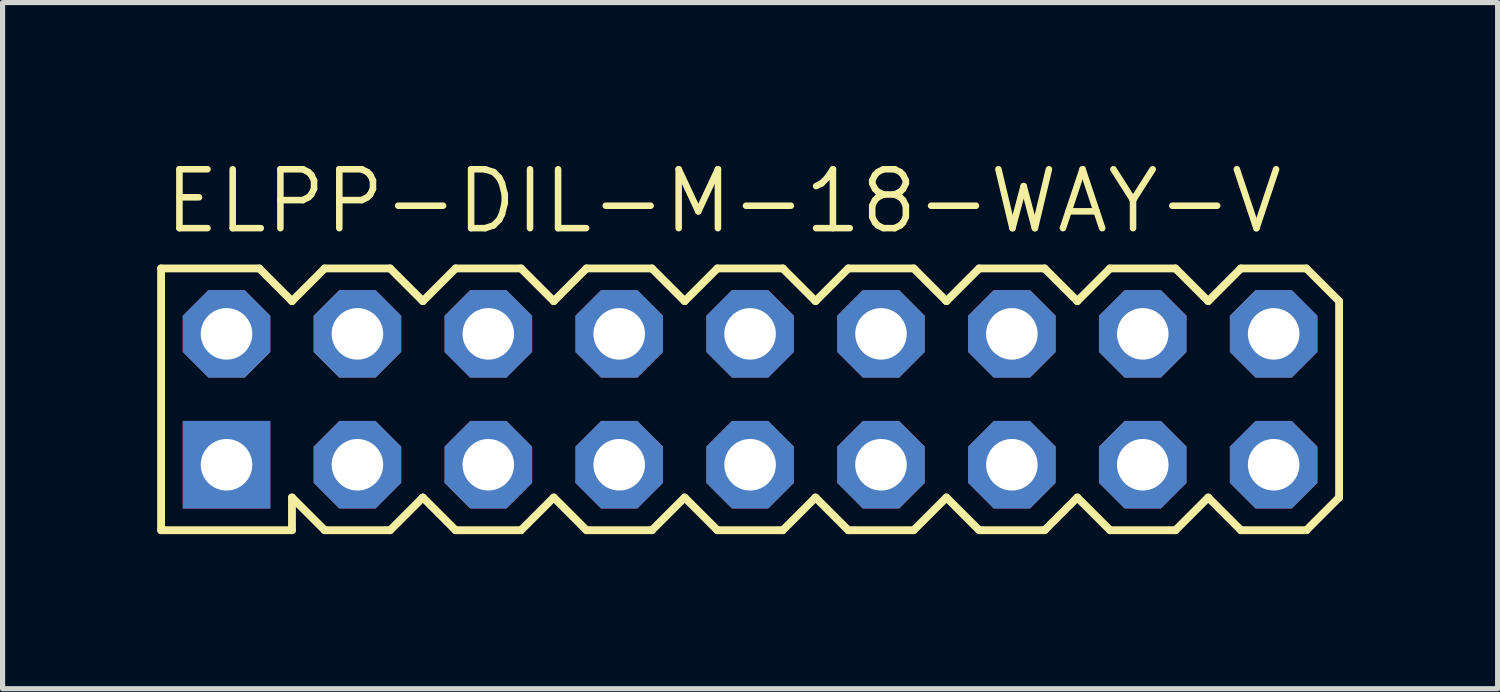
<source format=kicad_pcb>
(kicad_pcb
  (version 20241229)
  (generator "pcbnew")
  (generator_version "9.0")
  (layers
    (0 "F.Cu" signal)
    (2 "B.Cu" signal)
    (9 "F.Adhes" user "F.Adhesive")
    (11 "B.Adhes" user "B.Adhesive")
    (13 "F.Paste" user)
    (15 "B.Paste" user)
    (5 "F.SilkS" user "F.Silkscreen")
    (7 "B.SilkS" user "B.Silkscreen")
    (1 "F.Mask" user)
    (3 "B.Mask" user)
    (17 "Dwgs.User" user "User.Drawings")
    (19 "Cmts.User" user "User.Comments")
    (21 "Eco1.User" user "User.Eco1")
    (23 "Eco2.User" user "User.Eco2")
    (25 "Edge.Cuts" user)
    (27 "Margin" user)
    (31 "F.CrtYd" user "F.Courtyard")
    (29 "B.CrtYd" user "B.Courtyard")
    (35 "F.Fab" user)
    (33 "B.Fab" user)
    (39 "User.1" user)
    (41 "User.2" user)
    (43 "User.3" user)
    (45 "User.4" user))
  (footprint "ELPP-DIL-M-18-WAY-V"
    (layer "F.Cu")
    (at 11.506 4.699)
    (property "Reference" "ELPP-DIL-M-18-WAY-V" (at -11.43 -3.175 0) (unlocked yes) (layer "F.SilkS") (effects (font (size 1.143 1.143) (thickness 0.127)) (justify left bottom)))
    (fp_line (start -11.43 -2.54) (end -9.525 -2.54) (stroke (width 0.152) (type solid)) (layer "F.SilkS"))
    (fp_line (start -11.43 2.54) (end -11.43 -2.54) (stroke (width 0.152) (type solid)) (layer "F.SilkS"))
    (fp_line (start -11.43 2.54) (end -8.89 2.54) (stroke (width 0.152) (type solid)) (layer "F.SilkS"))
    (fp_line (start -9.525 -2.54) (end -8.89 -1.905) (stroke (width 0.152) (type solid)) (layer "F.SilkS"))
    (fp_line (start -8.89 -1.905) (end -8.255 -2.54) (stroke (width 0.152) (type solid)) (layer "F.SilkS"))
    (fp_line (start -8.89 2.54) (end -8.89 1.905) (stroke (width 0.152) (type solid)) (layer "F.SilkS"))
    (fp_line (start -8.255 -2.54) (end -6.985 -2.54) (stroke (width 0.152) (type solid)) (layer "F.SilkS"))
    (fp_line (start -8.255 2.54) (end -8.89 1.905) (stroke (width 0.152) (type solid)) (layer "F.SilkS"))
    (fp_line (start -6.985 -2.54) (end -6.35 -1.905) (stroke (width 0.152) (type solid)) (layer "F.SilkS"))
    (fp_line (start -6.985 2.54) (end -8.255 2.54) (stroke (width 0.152) (type solid)) (layer "F.SilkS"))
    (fp_line (start -6.35 -1.905) (end -5.715 -2.54) (stroke (width 0.152) (type solid)) (layer "F.SilkS"))
    (fp_line (start -6.35 1.905) (end -6.985 2.54) (stroke (width 0.152) (type solid)) (layer "F.SilkS"))
    (fp_line (start -5.715 -2.54) (end -4.445 -2.54) (stroke (width 0.152) (type solid)) (layer "F.SilkS"))
    (fp_line (start -5.715 2.54) (end -6.35 1.905) (stroke (width 0.152) (type solid)) (layer "F.SilkS"))
    (fp_line (start -4.445 -2.54) (end -3.81 -1.905) (stroke (width 0.152) (type solid)) (layer "F.SilkS"))
    (fp_line (start -4.445 2.54) (end -5.715 2.54) (stroke (width 0.152) (type solid)) (layer "F.SilkS"))
    (fp_line (start -3.81 1.905) (end -4.445 2.54) (stroke (width 0.152) (type solid)) (layer "F.SilkS"))
    (fp_line (start -3.81 1.905) (end -3.175 2.54) (stroke (width 0.152) (type solid)) (layer "F.SilkS"))
    (fp_line (start -3.175 -2.54) (end -3.81 -1.905) (stroke (width 0.152) (type solid)) (layer "F.SilkS"))
    (fp_line (start -3.175 -2.54) (end -1.905 -2.54) (stroke (width 0.152) (type solid)) (layer "F.SilkS"))
    (fp_line (start -1.905 -2.54) (end -1.27 -1.905) (stroke (width 0.152) (type solid)) (layer "F.SilkS"))
    (fp_line (start -1.905 2.54) (end -3.175 2.54) (stroke (width 0.152) (type solid)) (layer "F.SilkS"))
    (fp_line (start -1.27 -1.905) (end -0.635 -2.54) (stroke (width 0.152) (type solid)) (layer "F.SilkS"))
    (fp_line (start -1.27 1.905) (end -1.905 2.54) (stroke (width 0.152) (type solid)) (layer "F.SilkS"))
    (fp_line (start -0.635 -2.54) (end 0.635 -2.54) (stroke (width 0.152) (type solid)) (layer "F.SilkS"))
    (fp_line (start -0.635 2.54) (end -1.27 1.905) (stroke (width 0.152) (type solid)) (layer "F.SilkS"))
    (fp_line (start 0.635 -2.54) (end 1.27 -1.905) (stroke (width 0.152) (type solid)) (layer "F.SilkS"))
    (fp_line (start 0.635 2.54) (end -0.635 2.54) (stroke (width 0.152) (type solid)) (layer "F.SilkS"))
    (fp_line (start 1.27 -1.905) (end 1.905 -2.54) (stroke (width 0.152) (type solid)) (layer "F.SilkS"))
    (fp_line (start 1.27 1.905) (end 0.635 2.54) (stroke (width 0.152) (type solid)) (layer "F.SilkS"))
    (fp_line (start 1.905 -2.54) (end 3.175 -2.54) (stroke (width 0.152) (type solid)) (layer "F.SilkS"))
    (fp_line (start 1.905 2.54) (end 1.27 1.905) (stroke (width 0.152) (type solid)) (layer "F.SilkS"))
    (fp_line (start 3.175 -2.54) (end 3.81 -1.905) (stroke (width 0.152) (type solid)) (layer "F.SilkS"))
    (fp_line (start 3.175 2.54) (end 1.905 2.54) (stroke (width 0.152) (type solid)) (layer "F.SilkS"))
    (fp_line (start 3.81 -1.905) (end 4.445 -2.54) (stroke (width 0.152) (type solid)) (layer "F.SilkS"))
    (fp_line (start 3.81 1.905) (end 3.175 2.54) (stroke (width 0.152) (type solid)) (layer "F.SilkS"))
    (fp_line (start 4.445 -2.54) (end 5.715 -2.54) (stroke (width 0.152) (type solid)) (layer "F.SilkS"))
    (fp_line (start 4.445 2.54) (end 3.81 1.905) (stroke (width 0.152) (type solid)) (layer "F.SilkS"))
    (fp_line (start 5.715 -2.54) (end 6.35 -1.905) (stroke (width 0.152) (type solid)) (layer "F.SilkS"))
    (fp_line (start 5.715 2.54) (end 4.445 2.54) (stroke (width 0.152) (type solid)) (layer "F.SilkS"))
    (fp_line (start 6.35 -1.905) (end 6.985 -2.54) (stroke (width 0.152) (type solid)) (layer "F.SilkS"))
    (fp_line (start 6.35 1.905) (end 5.715 2.54) (stroke (width 0.152) (type solid)) (layer "F.SilkS"))
    (fp_line (start 6.985 -2.54) (end 8.255 -2.54) (stroke (width 0.152) (type solid)) (layer "F.SilkS"))
    (fp_line (start 6.985 2.54) (end 6.35 1.905) (stroke (width 0.152) (type solid)) (layer "F.SilkS"))
    (fp_line (start 8.255 -2.54) (end 8.89 -1.905) (stroke (width 0.152) (type solid)) (layer "F.SilkS"))
    (fp_line (start 8.255 2.54) (end 6.985 2.54) (stroke (width 0.152) (type solid)) (layer "F.SilkS"))
    (fp_line (start 8.89 -1.905) (end 9.525 -2.54) (stroke (width 0.152) (type solid)) (layer "F.SilkS"))
    (fp_line (start 8.89 1.905) (end 8.255 2.54) (stroke (width 0.152) (type solid)) (layer "F.SilkS"))
    (fp_line (start 9.525 -2.54) (end 10.795 -2.54) (stroke (width 0.152) (type solid)) (layer "F.SilkS"))
    (fp_line (start 9.525 2.54) (end 8.89 1.905) (stroke (width 0.152) (type solid)) (layer "F.SilkS"))
    (fp_line (start 10.795 -2.54) (end 11.43 -1.905) (stroke (width 0.152) (type solid)) (layer "F.SilkS"))
    (fp_line (start 10.795 2.54) (end 9.525 2.54) (stroke (width 0.152) (type solid)) (layer "F.SilkS"))
    (fp_line (start 11.43 1.905) (end 10.795 2.54) (stroke (width 0.152) (type solid)) (layer "F.SilkS"))
    (fp_line (start 11.43 1.905) (end 11.43 -1.905) (stroke (width 0.152) (type solid)) (layer "F.SilkS"))
    (fp_poly (pts (xy -10.414 -1.016) (xy -9.906 -1.016) (xy -9.906 -1.524) (xy -10.414 -1.524)) (stroke (width 0.1) (type default)) (fill no) (layer "F.Fab"))
    (fp_poly (pts (xy -10.414 1.524) (xy -9.906 1.524) (xy -9.906 1.016) (xy -10.414 1.016)) (stroke (width 0.1) (type default)) (fill no) (layer "F.Fab"))
    (fp_poly (pts (xy -7.874 -1.016) (xy -7.366 -1.016) (xy -7.366 -1.524) (xy -7.874 -1.524)) (stroke (width 0.1) (type default)) (fill no) (layer "F.Fab"))
    (fp_poly (pts (xy -7.874 1.524) (xy -7.366 1.524) (xy -7.366 1.016) (xy -7.874 1.016)) (stroke (width 0.1) (type default)) (fill no) (layer "F.Fab"))
    (fp_poly (pts (xy -5.334 -1.016) (xy -4.826 -1.016) (xy -4.826 -1.524) (xy -5.334 -1.524)) (stroke (width 0.1) (type default)) (fill no) (layer "F.Fab"))
    (fp_poly (pts (xy -5.334 1.524) (xy -4.826 1.524) (xy -4.826 1.016) (xy -5.334 1.016)) (stroke (width 0.1) (type default)) (fill no) (layer "F.Fab"))
    (fp_poly (pts (xy -2.794 -1.016) (xy -2.286 -1.016) (xy -2.286 -1.524) (xy -2.794 -1.524)) (stroke (width 0.1) (type default)) (fill no) (layer "F.Fab"))
    (fp_poly (pts (xy -2.794 1.524) (xy -2.286 1.524) (xy -2.286 1.016) (xy -2.794 1.016)) (stroke (width 0.1) (type default)) (fill no) (layer "F.Fab"))
    (fp_poly (pts (xy -0.254 -1.016) (xy 0.254 -1.016) (xy 0.254 -1.524) (xy -0.254 -1.524)) (stroke (width 0.1) (type default)) (fill no) (layer "F.Fab"))
    (fp_poly (pts (xy -0.254 1.524) (xy 0.254 1.524) (xy 0.254 1.016) (xy -0.254 1.016)) (stroke (width 0.1) (type default)) (fill no) (layer "F.Fab"))
    (fp_poly (pts (xy 2.286 -1.016) (xy 2.794 -1.016) (xy 2.794 -1.524) (xy 2.286 -1.524)) (stroke (width 0.1) (type default)) (fill no) (layer "F.Fab"))
    (fp_poly (pts (xy 2.286 1.524) (xy 2.794 1.524) (xy 2.794 1.016) (xy 2.286 1.016)) (stroke (width 0.1) (type default)) (fill no) (layer "F.Fab"))
    (fp_poly (pts (xy 4.826 -1.016) (xy 5.334 -1.016) (xy 5.334 -1.524) (xy 4.826 -1.524)) (stroke (width 0.1) (type default)) (fill no) (layer "F.Fab"))
    (fp_poly (pts (xy 4.826 1.524) (xy 5.334 1.524) (xy 5.334 1.016) (xy 4.826 1.016)) (stroke (width 0.1) (type default)) (fill no) (layer "F.Fab"))
    (fp_poly (pts (xy 7.366 -1.016) (xy 7.874 -1.016) (xy 7.874 -1.524) (xy 7.366 -1.524)) (stroke (width 0.1) (type default)) (fill no) (layer "F.Fab"))
    (fp_poly (pts (xy 7.366 1.524) (xy 7.874 1.524) (xy 7.874 1.016) (xy 7.366 1.016)) (stroke (width 0.1) (type default)) (fill no) (layer "F.Fab"))
    (fp_poly (pts (xy 9.906 -1.016) (xy 10.414 -1.016) (xy 10.414 -1.524) (xy 9.906 -1.524)) (stroke (width 0.1) (type default)) (fill no) (layer "F.Fab"))
    (fp_poly (pts (xy 9.906 1.524) (xy 10.414 1.524) (xy 10.414 1.016) (xy 9.906 1.016)) (stroke (width 0.1) (type default)) (fill no) (layer "F.Fab"))
    (pad "1" thru_hole rect (at -10.16 1.27 90) (size 1.7 1.7) (drill 1) (layers "*.Cu" "*.Mask"))
    (pad "2" thru_hole roundrect (at -10.16 -1.27 90) (size 1.7 1.7) (drill 1) (layers "*.Cu" "*.Mask") (roundrect_rratio 0.25) (chamfer_ratio 0.293) (chamfer top_left top_right bottom_left bottom_right))
    (pad "3" thru_hole roundrect (at -7.62 1.27 90) (size 1.7 1.7) (drill 1) (layers "*.Cu" "*.Mask") (roundrect_rratio 0.25) (chamfer_ratio 0.293) (chamfer top_left top_right bottom_left bottom_right))
    (pad "4" thru_hole roundrect (at -7.62 -1.27 90) (size 1.7 1.7) (drill 1) (layers "*.Cu" "*.Mask") (roundrect_rratio 0.25) (chamfer_ratio 0.293) (chamfer top_left top_right bottom_left bottom_right))
    (pad "5" thru_hole roundrect (at -5.08 1.27 90) (size 1.7 1.7) (drill 1) (layers "*.Cu" "*.Mask") (roundrect_rratio 0.25) (chamfer_ratio 0.293) (chamfer top_left top_right bottom_left bottom_right))
    (pad "6" thru_hole roundrect (at -5.08 -1.27 90) (size 1.7 1.7) (drill 1) (layers "*.Cu" "*.Mask") (roundrect_rratio 0.25) (chamfer_ratio 0.293) (chamfer top_left top_right bottom_left bottom_right))
    (pad "7" thru_hole roundrect (at -2.54 1.27 90) (size 1.7 1.7) (drill 1) (layers "*.Cu" "*.Mask") (roundrect_rratio 0.25) (chamfer_ratio 0.293) (chamfer top_left top_right bottom_left bottom_right))
    (pad "8" thru_hole roundrect (at -2.54 -1.27 90) (size 1.7 1.7) (drill 1) (layers "*.Cu" "*.Mask") (roundrect_rratio 0.25) (chamfer_ratio 0.293) (chamfer top_left top_right bottom_left bottom_right))
    (pad "9" thru_hole roundrect (at 0 1.27 90) (size 1.7 1.7) (drill 1) (layers "*.Cu" "*.Mask") (roundrect_rratio 0.25) (chamfer_ratio 0.293) (chamfer top_left top_right bottom_left bottom_right))
    (pad "10" thru_hole roundrect (at 0 -1.27 90) (size 1.7 1.7) (drill 1) (layers "*.Cu" "*.Mask") (roundrect_rratio 0.25) (chamfer_ratio 0.293) (chamfer top_left top_right bottom_left bottom_right))
    (pad "11" thru_hole roundrect (at 2.54 1.27 90) (size 1.7 1.7) (drill 1) (layers "*.Cu" "*.Mask") (roundrect_rratio 0.25) (chamfer_ratio 0.293) (chamfer top_left top_right bottom_left bottom_right))
    (pad "12" thru_hole roundrect (at 2.54 -1.27 90) (size 1.7 1.7) (drill 1) (layers "*.Cu" "*.Mask") (roundrect_rratio 0.25) (chamfer_ratio 0.293) (chamfer top_left top_right bottom_left bottom_right))
    (pad "13" thru_hole roundrect (at 5.08 1.27 90) (size 1.7 1.7) (drill 1) (layers "*.Cu" "*.Mask") (roundrect_rratio 0.25) (chamfer_ratio 0.293) (chamfer top_left top_right bottom_left bottom_right))
    (pad "14" thru_hole roundrect (at 5.08 -1.27 90) (size 1.7 1.7) (drill 1) (layers "*.Cu" "*.Mask") (roundrect_rratio 0.25) (chamfer_ratio 0.293) (chamfer top_left top_right bottom_left bottom_right))
    (pad "15" thru_hole roundrect (at 7.62 1.27 90) (size 1.7 1.7) (drill 1) (layers "*.Cu" "*.Mask") (roundrect_rratio 0.25) (chamfer_ratio 0.293) (chamfer top_left top_right bottom_left bottom_right))
    (pad "16" thru_hole roundrect (at 7.62 -1.27 90) (size 1.7 1.7) (drill 1) (layers "*.Cu" "*.Mask") (roundrect_rratio 0.25) (chamfer_ratio 0.293) (chamfer top_left top_right bottom_left bottom_right))
    (pad "17" thru_hole roundrect (at 10.16 1.27 90) (size 1.7 1.7) (drill 1) (layers "*.Cu" "*.Mask") (roundrect_rratio 0.25) (chamfer_ratio 0.293) (chamfer top_left top_right bottom_left bottom_right))
    (pad "18" thru_hole roundrect (at 10.16 -1.27 90) (size 1.7 1.7) (drill 1) (layers "*.Cu" "*.Mask") (roundrect_rratio 0.25) (chamfer_ratio 0.293) (chamfer top_left top_right bottom_left bottom_right)))
  (gr_rect
    (start -3 -3)
    (end 26.012 10.315)
    (stroke (width 0.1) (type default))
    (fill no)
    (layer "Edge.Cuts")))
</source>
